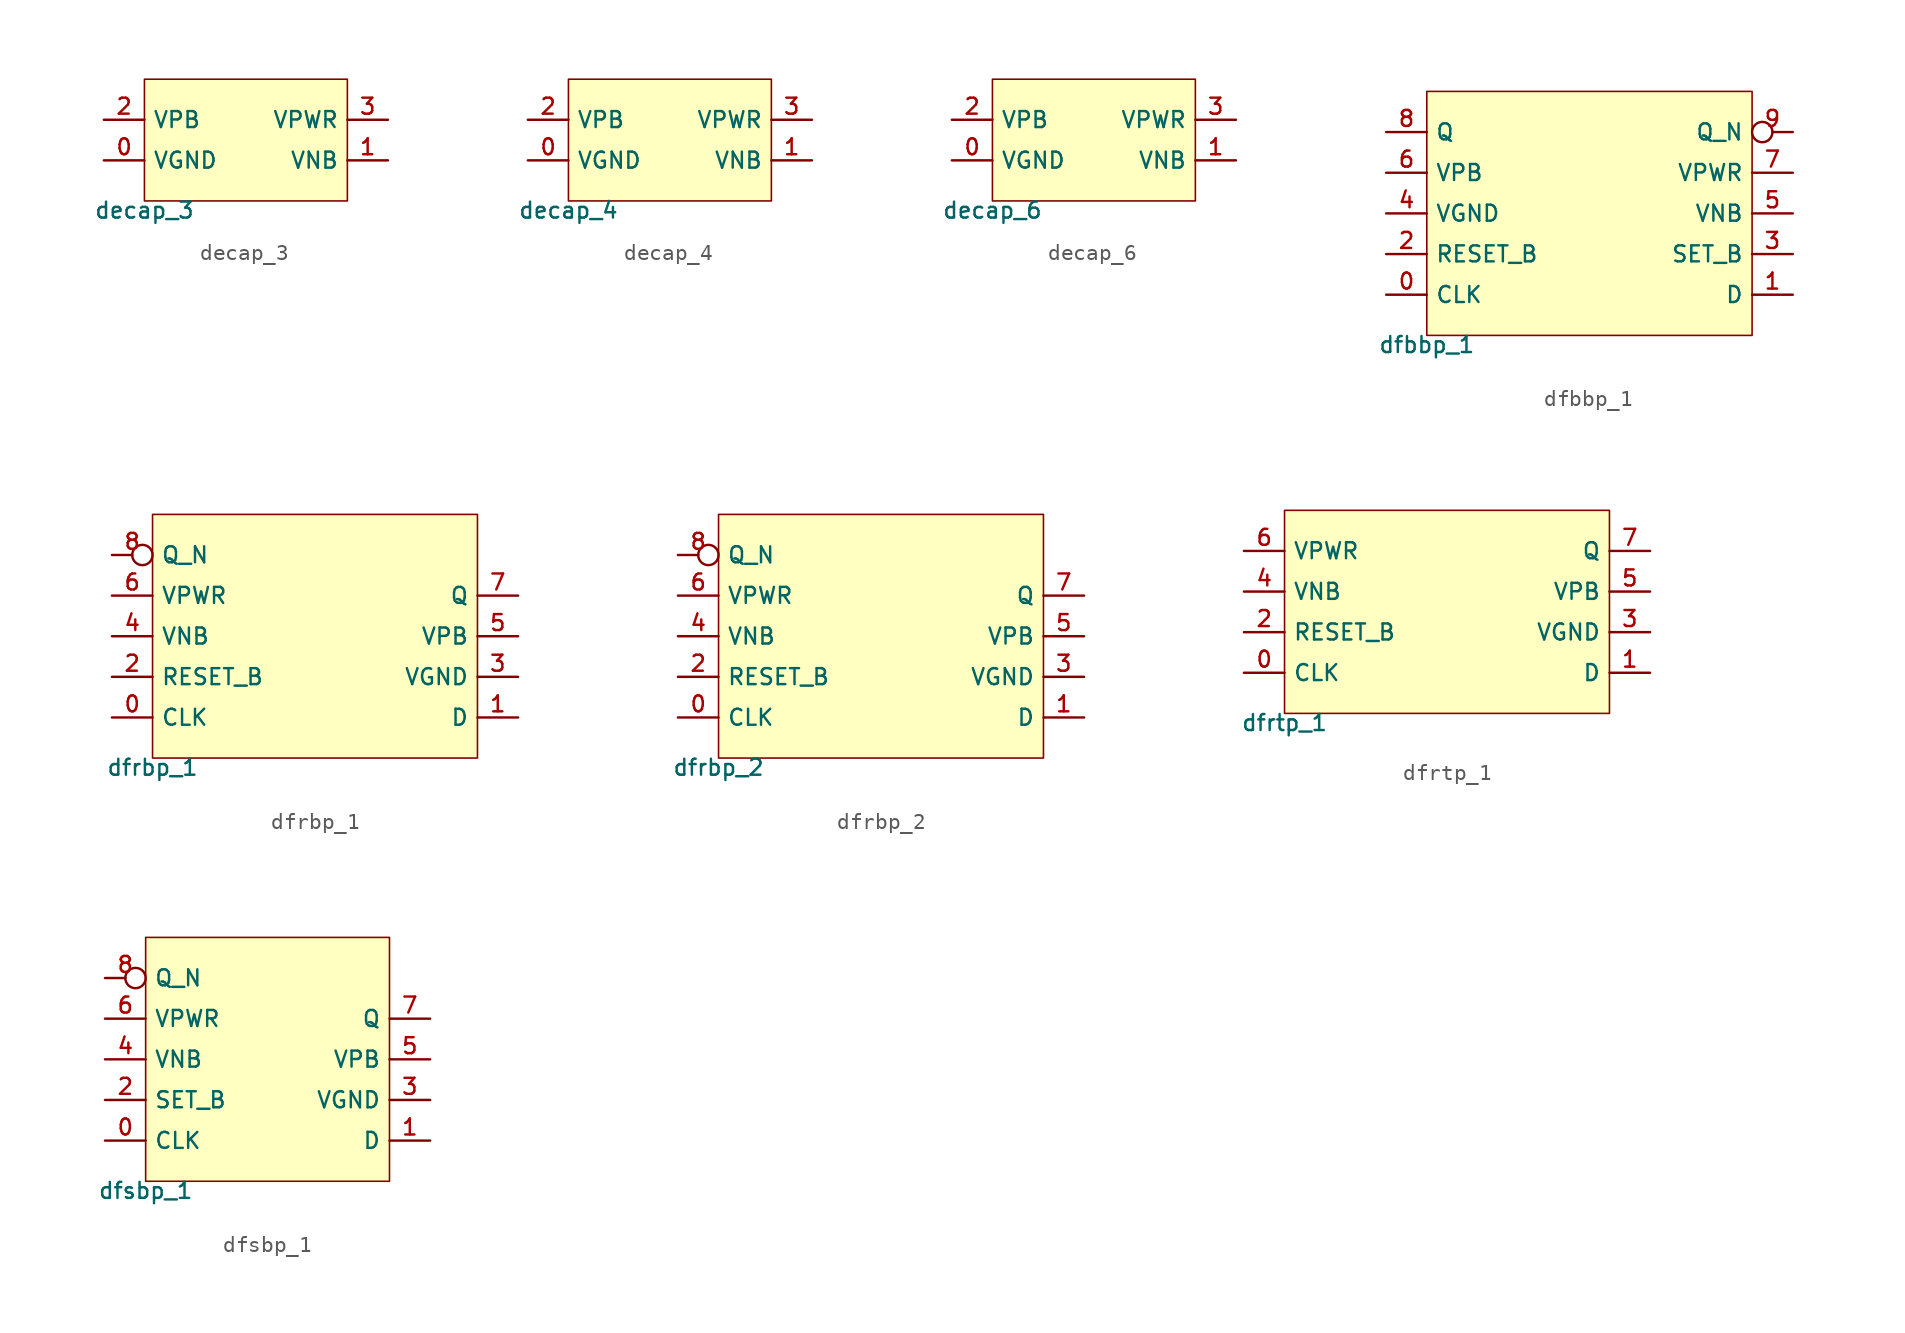
<source format=kicad_sym>
(kicad_symbol_lib
  (version 20211014)
  (generator pdk2kicad)
  (symbol "decap_3"
    (property "Reference" "X"
      (at 0 0 0)
      (effects (font (size 1 1)) hide))
    (property "Value" "decap_3"
      (at -6.35 -3.81 0)
      (effects (font (size 1 1)) (justify top)))
    (rectangle
      (start -6.35 -3.81)
      (end 6.35 3.81)
      (stroke (width 0.1) (type solid) (color 0 0 0 0))
      (fill (type background)))
    (pin bidirectional line
      (at -8.89 -1.27 0)
      (length 2.54)
      (name "VGND" (effects (font (size 1 1)) hide))
      (number "0" (effects (font (size 1 1)) hide)))
    (pin bidirectional line
      (at 8.89 -1.27 180)
      (length 2.54)
      (name "VNB" (effects (font (size 1 1)) hide))
      (number "1" (effects (font (size 1 1)) hide)))
    (pin bidirectional line
      (at -8.89 1.27 0)
      (length 2.54)
      (name "VPB" (effects (font (size 1 1)) hide))
      (number "2" (effects (font (size 1 1)) hide)))
    (pin bidirectional line
      (at 8.89 1.27 180)
      (length 2.54)
      (name "VPWR" (effects (font (size 1 1)) hide))
      (number "3" (effects (font (size 1 1)) hide))))
  (symbol "decap_4"
    (property "Reference" "X"
      (at 0 0 0)
      (effects (font (size 1 1)) hide))
    (property "Value" "decap_4"
      (at -6.35 -3.81 0)
      (effects (font (size 1 1)) (justify top)))
    (rectangle
      (start -6.35 -3.81)
      (end 6.35 3.81)
      (stroke (width 0.1) (type solid) (color 0 0 0 0))
      (fill (type background)))
    (pin bidirectional line
      (at -8.89 -1.27 0)
      (length 2.54)
      (name "VGND" (effects (font (size 1 1)) hide))
      (number "0" (effects (font (size 1 1)) hide)))
    (pin bidirectional line
      (at 8.89 -1.27 180)
      (length 2.54)
      (name "VNB" (effects (font (size 1 1)) hide))
      (number "1" (effects (font (size 1 1)) hide)))
    (pin bidirectional line
      (at -8.89 1.27 0)
      (length 2.54)
      (name "VPB" (effects (font (size 1 1)) hide))
      (number "2" (effects (font (size 1 1)) hide)))
    (pin bidirectional line
      (at 8.89 1.27 180)
      (length 2.54)
      (name "VPWR" (effects (font (size 1 1)) hide))
      (number "3" (effects (font (size 1 1)) hide))))
  (symbol "decap_6"
    (property "Reference" "X"
      (at 0 0 0)
      (effects (font (size 1 1)) hide))
    (property "Value" "decap_6"
      (at -6.35 -3.81 0)
      (effects (font (size 1 1)) (justify top)))
    (rectangle
      (start -6.35 -3.81)
      (end 6.35 3.81)
      (stroke (width 0.1) (type solid) (color 0 0 0 0))
      (fill (type background)))
    (pin bidirectional line
      (at -8.89 -1.27 0)
      (length 2.54)
      (name "VGND" (effects (font (size 1 1)) hide))
      (number "0" (effects (font (size 1 1)) hide)))
    (pin bidirectional line
      (at 8.89 -1.27 180)
      (length 2.54)
      (name "VNB" (effects (font (size 1 1)) hide))
      (number "1" (effects (font (size 1 1)) hide)))
    (pin bidirectional line
      (at -8.89 1.27 0)
      (length 2.54)
      (name "VPB" (effects (font (size 1 1)) hide))
      (number "2" (effects (font (size 1 1)) hide)))
    (pin bidirectional line
      (at 8.89 1.27 180)
      (length 2.54)
      (name "VPWR" (effects (font (size 1 1)) hide))
      (number "3" (effects (font (size 1 1)) hide))))
  (symbol "dfbbp_1"
    (property "Reference" "X"
      (at 0 0 0)
      (effects (font (size 1 1)) hide))
    (property "Value" "dfbbp_1"
      (at -10.16 -7.62 0)
      (effects (font (size 1 1)) (justify top)))
    (rectangle
      (start -10.16 -7.62)
      (end 10.16 7.62)
      (stroke (width 0.1) (type solid) (color 0 0 0 0))
      (fill (type background)))
    (pin bidirectional line
      (at -12.7 -5.08 0)
      (length 2.54)
      (name "CLK" (effects (font (size 1 1)) hide))
      (number "0" (effects (font (size 1 1)) hide)))
    (pin bidirectional line
      (at 12.7 -5.08 180)
      (length 2.54)
      (name "D" (effects (font (size 1 1)) hide))
      (number "1" (effects (font (size 1 1)) hide)))
    (pin bidirectional line
      (at -12.7 -2.54 0)
      (length 2.54)
      (name "RESET_B" (effects (font (size 1 1)) hide))
      (number "2" (effects (font (size 1 1)) hide)))
    (pin bidirectional line
      (at 12.7 -2.54 180)
      (length 2.54)
      (name "SET_B" (effects (font (size 1 1)) hide))
      (number "3" (effects (font (size 1 1)) hide)))
    (pin bidirectional line
      (at -12.7 8.881784197001252e-16 0)
      (length 2.54)
      (name "VGND" (effects (font (size 1 1)) hide))
      (number "4" (effects (font (size 1 1)) hide)))
    (pin bidirectional line
      (at 12.7 8.881784197001252e-16 180)
      (length 2.54)
      (name "VNB" (effects (font (size 1 1)) hide))
      (number "5" (effects (font (size 1 1)) hide)))
    (pin bidirectional line
      (at -12.7 2.54 0)
      (length 2.54)
      (name "VPB" (effects (font (size 1 1)) hide))
      (number "6" (effects (font (size 1 1)) hide)))
    (pin bidirectional line
      (at 12.7 2.54 180)
      (length 2.54)
      (name "VPWR" (effects (font (size 1 1)) hide))
      (number "7" (effects (font (size 1 1)) hide)))
    (pin bidirectional line
      (at -12.7 5.08 0)
      (length 2.54)
      (name "Q" (effects (font (size 1 1)) hide))
      (number "8" (effects (font (size 1 1)) hide)))
    (pin bidirectional inverted
      (at 12.7 5.08 180)
      (length 2.54)
      (name "Q_N" (effects (font (size 1 1)) hide))
      (number "9" (effects (font (size 1 1)) hide))))
  (symbol "dfrbp_1"
    (property "Reference" "X"
      (at 0 0 0)
      (effects (font (size 1 1)) hide))
    (property "Value" "dfrbp_1"
      (at -10.16 -7.62 0)
      (effects (font (size 1 1)) (justify top)))
    (rectangle
      (start -10.16 -7.62)
      (end 10.16 7.62)
      (stroke (width 0.1) (type solid) (color 0 0 0 0))
      (fill (type background)))
    (pin bidirectional line
      (at -12.7 -5.08 0)
      (length 2.54)
      (name "CLK" (effects (font (size 1 1)) hide))
      (number "0" (effects (font (size 1 1)) hide)))
    (pin bidirectional line
      (at 12.7 -5.08 180)
      (length 2.54)
      (name "D" (effects (font (size 1 1)) hide))
      (number "1" (effects (font (size 1 1)) hide)))
    (pin bidirectional line
      (at -12.7 -2.54 0)
      (length 2.54)
      (name "RESET_B" (effects (font (size 1 1)) hide))
      (number "2" (effects (font (size 1 1)) hide)))
    (pin bidirectional line
      (at 12.7 -2.54 180)
      (length 2.54)
      (name "VGND" (effects (font (size 1 1)) hide))
      (number "3" (effects (font (size 1 1)) hide)))
    (pin bidirectional line
      (at -12.7 8.881784197001252e-16 0)
      (length 2.54)
      (name "VNB" (effects (font (size 1 1)) hide))
      (number "4" (effects (font (size 1 1)) hide)))
    (pin bidirectional line
      (at 12.7 8.881784197001252e-16 180)
      (length 2.54)
      (name "VPB" (effects (font (size 1 1)) hide))
      (number "5" (effects (font (size 1 1)) hide)))
    (pin bidirectional line
      (at -12.7 2.54 0)
      (length 2.54)
      (name "VPWR" (effects (font (size 1 1)) hide))
      (number "6" (effects (font (size 1 1)) hide)))
    (pin bidirectional line
      (at 12.7 2.54 180)
      (length 2.54)
      (name "Q" (effects (font (size 1 1)) hide))
      (number "7" (effects (font (size 1 1)) hide)))
    (pin bidirectional inverted
      (at -12.7 5.08 0)
      (length 2.54)
      (name "Q_N" (effects (font (size 1 1)) hide))
      (number "8" (effects (font (size 1 1)) hide))))
  (symbol "dfrbp_2"
    (property "Reference" "X"
      (at 0 0 0)
      (effects (font (size 1 1)) hide))
    (property "Value" "dfrbp_2"
      (at -10.16 -7.62 0)
      (effects (font (size 1 1)) (justify top)))
    (rectangle
      (start -10.16 -7.62)
      (end 10.16 7.62)
      (stroke (width 0.1) (type solid) (color 0 0 0 0))
      (fill (type background)))
    (pin bidirectional line
      (at -12.7 -5.08 0)
      (length 2.54)
      (name "CLK" (effects (font (size 1 1)) hide))
      (number "0" (effects (font (size 1 1)) hide)))
    (pin bidirectional line
      (at 12.7 -5.08 180)
      (length 2.54)
      (name "D" (effects (font (size 1 1)) hide))
      (number "1" (effects (font (size 1 1)) hide)))
    (pin bidirectional line
      (at -12.7 -2.54 0)
      (length 2.54)
      (name "RESET_B" (effects (font (size 1 1)) hide))
      (number "2" (effects (font (size 1 1)) hide)))
    (pin bidirectional line
      (at 12.7 -2.54 180)
      (length 2.54)
      (name "VGND" (effects (font (size 1 1)) hide))
      (number "3" (effects (font (size 1 1)) hide)))
    (pin bidirectional line
      (at -12.7 8.881784197001252e-16 0)
      (length 2.54)
      (name "VNB" (effects (font (size 1 1)) hide))
      (number "4" (effects (font (size 1 1)) hide)))
    (pin bidirectional line
      (at 12.7 8.881784197001252e-16 180)
      (length 2.54)
      (name "VPB" (effects (font (size 1 1)) hide))
      (number "5" (effects (font (size 1 1)) hide)))
    (pin bidirectional line
      (at -12.7 2.54 0)
      (length 2.54)
      (name "VPWR" (effects (font (size 1 1)) hide))
      (number "6" (effects (font (size 1 1)) hide)))
    (pin bidirectional line
      (at 12.7 2.54 180)
      (length 2.54)
      (name "Q" (effects (font (size 1 1)) hide))
      (number "7" (effects (font (size 1 1)) hide)))
    (pin bidirectional inverted
      (at -12.7 5.08 0)
      (length 2.54)
      (name "Q_N" (effects (font (size 1 1)) hide))
      (number "8" (effects (font (size 1 1)) hide))))
  (symbol "dfrtp_1"
    (property "Reference" "X"
      (at 0 0 0)
      (effects (font (size 1 1)) hide))
    (property "Value" "dfrtp_1"
      (at -10.16 -6.35 0)
      (effects (font (size 1 1)) (justify top)))
    (rectangle
      (start -10.16 -6.35)
      (end 10.16 6.35)
      (stroke (width 0.1) (type solid) (color 0 0 0 0))
      (fill (type background)))
    (pin bidirectional line
      (at -12.7 -3.81 0)
      (length 2.54)
      (name "CLK" (effects (font (size 1 1)) hide))
      (number "0" (effects (font (size 1 1)) hide)))
    (pin bidirectional line
      (at 12.7 -3.81 180)
      (length 2.54)
      (name "D" (effects (font (size 1 1)) hide))
      (number "1" (effects (font (size 1 1)) hide)))
    (pin bidirectional line
      (at -12.7 -1.27 0)
      (length 2.54)
      (name "RESET_B" (effects (font (size 1 1)) hide))
      (number "2" (effects (font (size 1 1)) hide)))
    (pin bidirectional line
      (at 12.7 -1.27 180)
      (length 2.54)
      (name "VGND" (effects (font (size 1 1)) hide))
      (number "3" (effects (font (size 1 1)) hide)))
    (pin bidirectional line
      (at -12.7 1.27 0)
      (length 2.54)
      (name "VNB" (effects (font (size 1 1)) hide))
      (number "4" (effects (font (size 1 1)) hide)))
    (pin bidirectional line
      (at 12.7 1.27 180)
      (length 2.54)
      (name "VPB" (effects (font (size 1 1)) hide))
      (number "5" (effects (font (size 1 1)) hide)))
    (pin bidirectional line
      (at -12.7 3.81 0)
      (length 2.54)
      (name "VPWR" (effects (font (size 1 1)) hide))
      (number "6" (effects (font (size 1 1)) hide)))
    (pin bidirectional line
      (at 12.7 3.81 180)
      (length 2.54)
      (name "Q" (effects (font (size 1 1)) hide))
      (number "7" (effects (font (size 1 1)) hide))))
  (symbol "dfsbp_1"
    (property "Reference" "X"
      (at 0 0 0)
      (effects (font (size 1 1)) hide))
    (property "Value" "dfsbp_1"
      (at -7.62 -7.62 0)
      (effects (font (size 1 1)) (justify top)))
    (rectangle
      (start -7.62 -7.62)
      (end 7.62 7.62)
      (stroke (width 0.1) (type solid) (color 0 0 0 0))
      (fill (type background)))
    (pin bidirectional line
      (at -10.16 -5.08 0)
      (length 2.54)
      (name "CLK" (effects (font (size 1 1)) hide))
      (number "0" (effects (font (size 1 1)) hide)))
    (pin bidirectional line
      (at 10.16 -5.08 180)
      (length 2.54)
      (name "D" (effects (font (size 1 1)) hide))
      (number "1" (effects (font (size 1 1)) hide)))
    (pin bidirectional line
      (at -10.16 -2.54 0)
      (length 2.54)
      (name "SET_B" (effects (font (size 1 1)) hide))
      (number "2" (effects (font (size 1 1)) hide)))
    (pin bidirectional line
      (at 10.16 -2.54 180)
      (length 2.54)
      (name "VGND" (effects (font (size 1 1)) hide))
      (number "3" (effects (font (size 1 1)) hide)))
    (pin bidirectional line
      (at -10.16 8.881784197001252e-16 0)
      (length 2.54)
      (name "VNB" (effects (font (size 1 1)) hide))
      (number "4" (effects (font (size 1 1)) hide)))
    (pin bidirectional line
      (at 10.16 8.881784197001252e-16 180)
      (length 2.54)
      (name "VPB" (effects (font (size 1 1)) hide))
      (number "5" (effects (font (size 1 1)) hide)))
    (pin bidirectional line
      (at -10.16 2.54 0)
      (length 2.54)
      (name "VPWR" (effects (font (size 1 1)) hide))
      (number "6" (effects (font (size 1 1)) hide)))
    (pin bidirectional line
      (at 10.16 2.54 180)
      (length 2.54)
      (name "Q" (effects (font (size 1 1)) hide))
      (number "7" (effects (font (size 1 1)) hide)))
    (pin bidirectional inverted
      (at -10.16 5.08 0)
      (length 2.54)
      (name "Q_N" (effects (font (size 1 1)) hide))
      (number "8" (effects (font (size 1 1)) hide)))))
</source>
